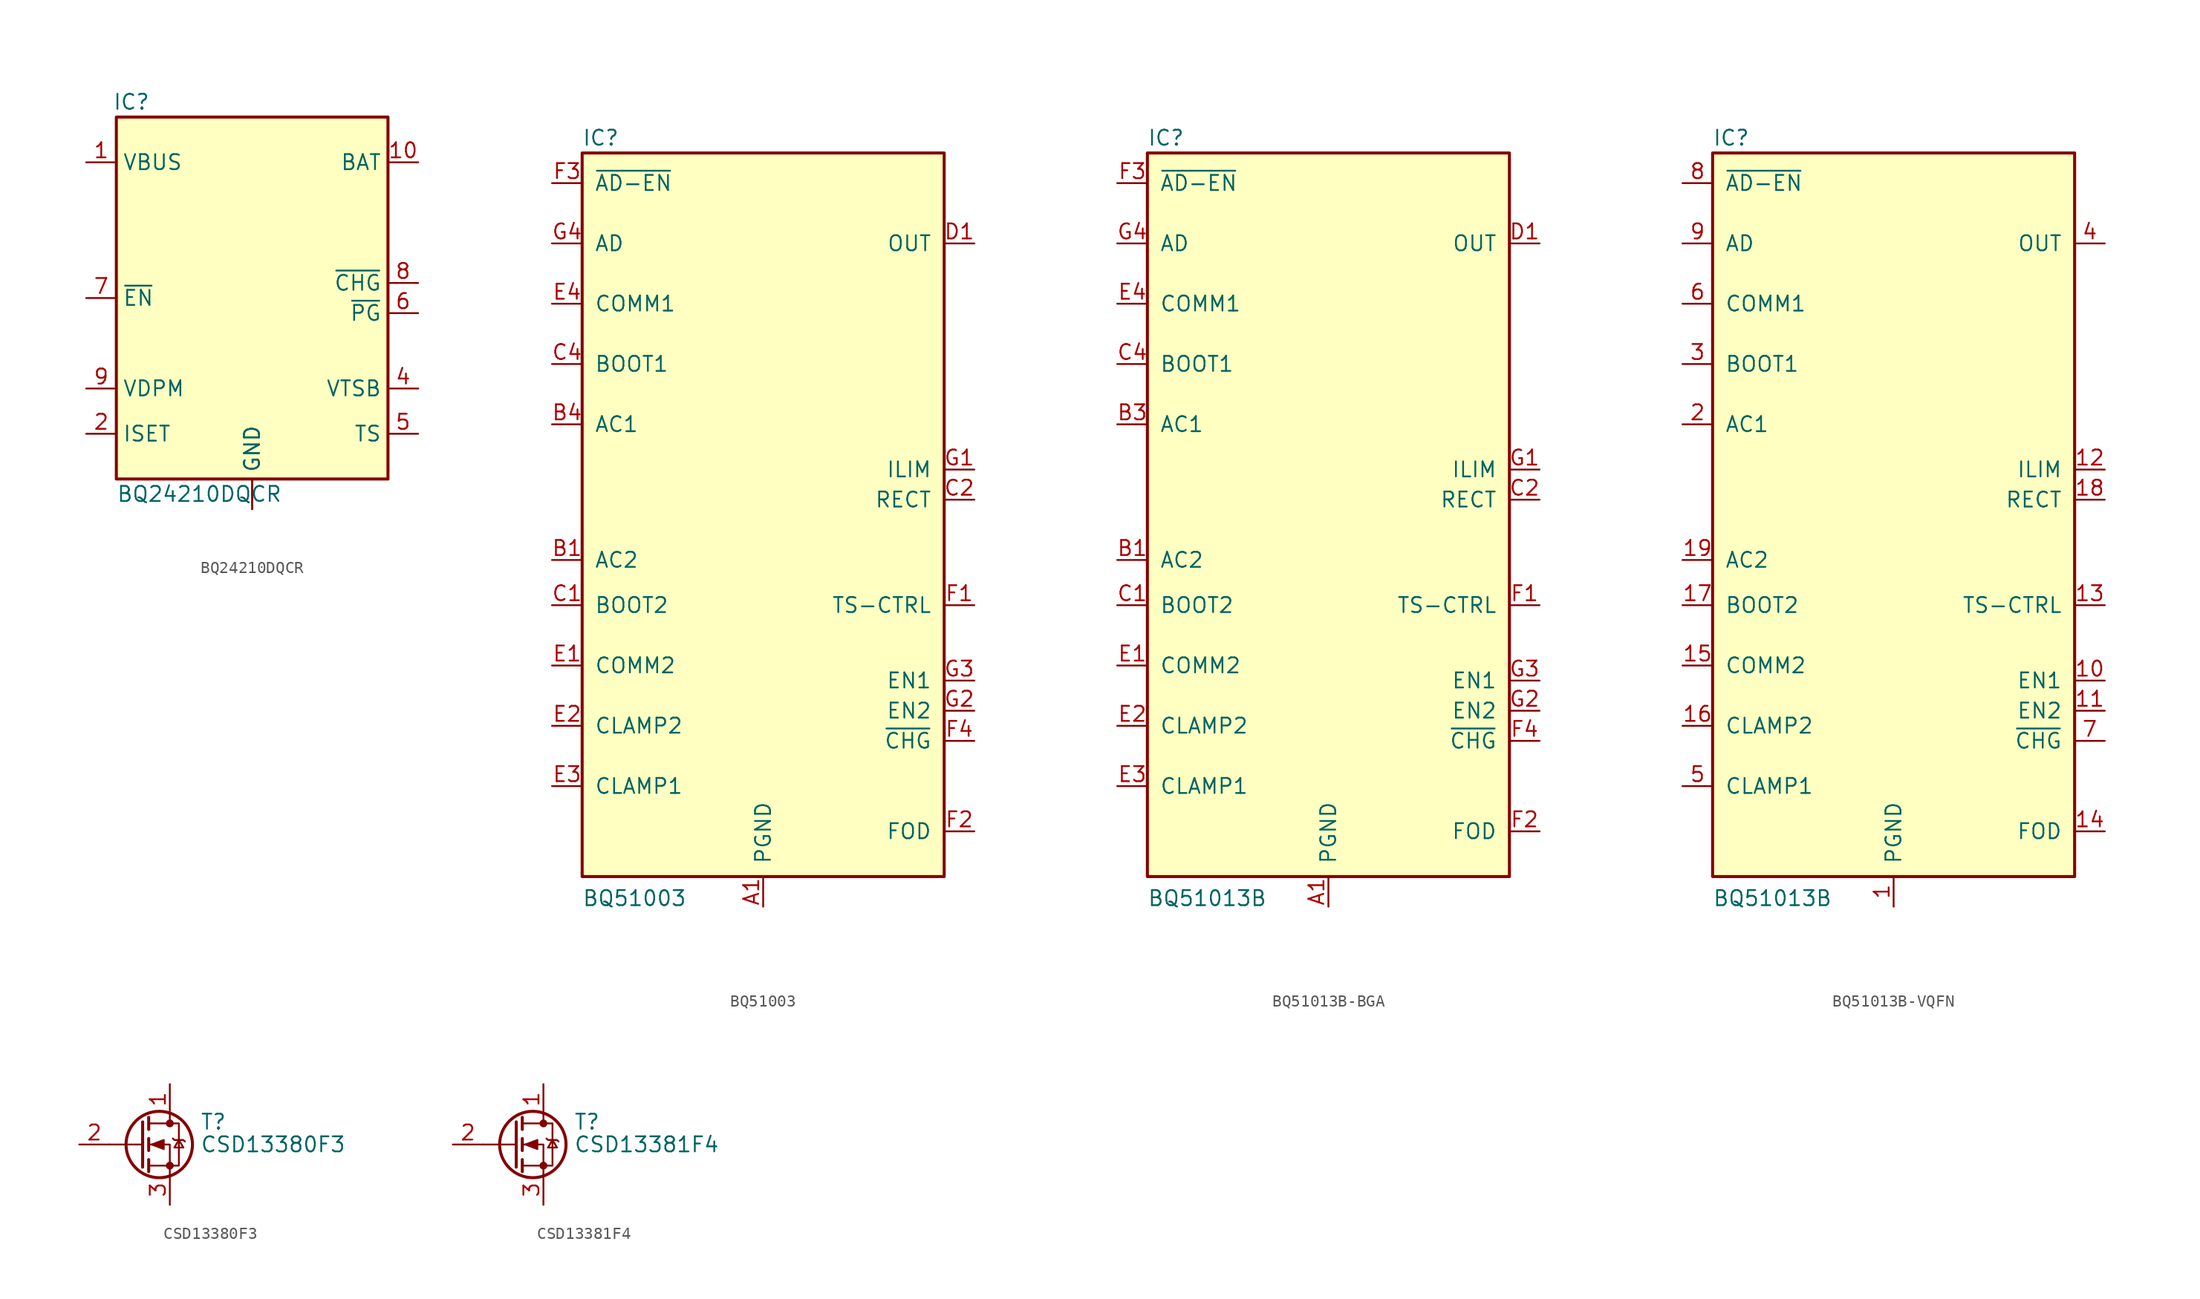
<source format=kicad_sym>
(kicad_symbol_lib
  (version 20241209)
  (generator "kicad_symbol_editor")
  (generator_version "9.0")
  (symbol "BQ24210DQCR"
    (property "Reference" "IC"
      (at -10.16 16.51 0)
      (effects (font (size 1.27 1.27))))
    (property "Value" "BQ24210DQCR"
      (at -4.445 -16.51 0)
      (effects (font (size 1.27 1.27))))
    (symbol "BQ24210DQCR_1_0"
      (rectangle (start -11.43 15.24) (end 11.43 -15.24) (stroke (width 0.254) (type default)) (fill (type background)))
      (pin power_in line (at -13.97 11.43 0) (length 2.54) (name "VBUS" (effects (font (size 1.27 1.27)))) (number "1" (effects (font (size 1.27 1.27)))))
      (pin input line (at -13.97 0 0) (length 2.54) (name "~{EN}" (effects (font (size 1.27 1.27)))) (number "7" (effects (font (size 1.27 1.27)))))
      (pin input line (at -13.97 -7.62 0) (length 2.54) (name "VDPM" (effects (font (size 1.27 1.27)))) (number "9" (effects (font (size 1.27 1.27)))))
      (pin input line (at -13.97 -11.43 0) (length 2.54) (name "ISET" (effects (font (size 1.27 1.27)))) (number "2" (effects (font (size 1.27 1.27)))))
      (pin power_in line (at 0 -17.78 90) (length 2.54) (name "GND" (effects (font (size 1.27 1.27)))) (number "3" (effects (font (size 0 0)))))
      (pin power_in line (at 0 -17.78 90) (length 2.54) (name "GND" (effects (font (size 1.27 1.27)))) (number "THERMAL" (effects (font (size 0 0)))))
      (pin output line (at 13.97 11.43 180) (length 2.54) (name "BAT" (effects (font (size 1.27 1.27)))) (number "10" (effects (font (size 1.27 1.27)))))
      (pin open_collector line (at 13.97 1.27 180) (length 2.54) (name "~{CHG}" (effects (font (size 1.27 1.27)))) (number "8" (effects (font (size 1.27 1.27)))))
      (pin open_collector line (at 13.97 -1.27 180) (length 2.54) (name "~{PG}" (effects (font (size 1.27 1.27)))) (number "6" (effects (font (size 1.27 1.27)))))
      (pin output line (at 13.97 -7.62 180) (length 2.54) (name "VTSB" (effects (font (size 1.27 1.27)))) (number "4" (effects (font (size 1.27 1.27)))))
      (pin input line (at 13.97 -11.43 180) (length 2.54) (name "TS" (effects (font (size 1.27 1.27)))) (number "5" (effects (font (size 1.27 1.27)))))))
  (symbol "BQ51003"
    (pin_names
      (offset 1.016))
    (property "Reference" "IC"
      (at -15.254 31.008 0)
      (effects (font (size 1.27 1.27)) (justify left bottom)))
    (property "Value" "BQ51003"
      (at -15.26 -33.053 0)
      (effects (font (size 1.27 1.27)) (justify left bottom)))
    (symbol "BQ51003_0_0"
      (rectangle (start -15.24 30.48) (end 15.24 -30.48) (stroke (width 0.254) (type default)) (fill (type background)))
      (pin input line (at -17.78 22.86 0) (length 2.54) (name "AD" (effects (font (size 1.27 1.27)))) (number "G4" (effects (font (size 1.27 1.27)))))
      (pin output line (at -17.78 17.78 0) (length 2.54) (name "COMM1" (effects (font (size 1.27 1.27)))) (number "E4" (effects (font (size 1.27 1.27)))))
      (pin output line (at -17.78 12.7 0) (length 2.54) (name "BOOT1" (effects (font (size 1.27 1.27)))) (number "C4" (effects (font (size 1.27 1.27)))))
      (pin output line (at -17.78 -7.62 0) (length 2.54) (name "BOOT2" (effects (font (size 1.27 1.27)))) (number "C1" (effects (font (size 1.27 1.27)))))
      (pin output line (at -17.78 -12.7 0) (length 2.54) (name "COMM2" (effects (font (size 1.27 1.27)))) (number "E1" (effects (font (size 1.27 1.27)))))
      (pin output line (at -17.78 -17.78 0) (length 2.54) (name "CLAMP2" (effects (font (size 1.27 1.27)))) (number "E2" (effects (font (size 1.27 1.27)))))
      (pin output line (at -17.78 -22.86 0) (length 2.54) (name "CLAMP1" (effects (font (size 1.27 1.27)))) (number "E3" (effects (font (size 1.27 1.27)))))
      (pin passive line (at 0 -33.02 90) (length 2.54) (hide yes) (name "PGND" (effects (font (size 1.27 1.27)))) (number "A2" (effects (font (size 1.27 1.27)))))
      (pin passive line (at 0 -33.02 90) (length 2.54) (hide yes) (name "PGND" (effects (font (size 1.27 1.27)))) (number "A3" (effects (font (size 1.27 1.27)))))
      (pin bidirectional line (at 17.78 3.81 180) (length 2.54) (name "ILIM" (effects (font (size 1.27 1.27)))) (number "G1" (effects (font (size 1.27 1.27)))))
      (pin input line (at 17.78 -7.62 180) (length 2.54) (name "TS-CTRL" (effects (font (size 1.27 1.27)))) (number "F1" (effects (font (size 1.27 1.27)))))
      (pin input line (at 17.78 -13.97 180) (length 2.54) (name "EN1" (effects (font (size 1.27 1.27)))) (number "G3" (effects (font (size 1.27 1.27)))))
      (pin input line (at 17.78 -16.51 180) (length 2.54) (name "EN2" (effects (font (size 1.27 1.27)))) (number "G2" (effects (font (size 1.27 1.27)))))
      (pin output line (at 17.78 -19.05 180) (length 2.54) (name "~{CHG}" (effects (font (size 1.27 1.27)))) (number "F4" (effects (font (size 1.27 1.27)))))
      (pin input line (at 17.78 -26.67 180) (length 2.54) (name "FOD" (effects (font (size 1.27 1.27)))) (number "F2" (effects (font (size 1.27 1.27))))))
    (symbol "BQ51003_1_0"
      (pin output line (at -17.78 27.94 0) (length 2.54) (name "~{AD-EN}" (effects (font (size 1.27 1.27)))) (number "F3" (effects (font (size 1.27 1.27)))))
      (pin input line (at -17.78 7.62 0) (length 2.54) (hide yes) (name "AC1" (effects (font (size 1.27 1.27)))) (number "B3" (effects (font (size 1.27 1.27)))))
      (pin input line (at -17.78 7.62 0) (length 2.54) (name "AC1" (effects (font (size 1.27 1.27)))) (number "B4" (effects (font (size 1.27 1.27)))))
      (pin input line (at -17.78 -3.81 0) (length 2.54) (name "AC2" (effects (font (size 1.27 1.27)))) (number "B1" (effects (font (size 1.27 1.27)))))
      (pin input line (at -17.78 -3.81 0) (length 2.54) (hide yes) (name "AC2" (effects (font (size 1.27 1.27)))) (number "B2" (effects (font (size 1.27 1.27)))))
      (pin passive line (at 0 -33.02 90) (length 2.54) (name "PGND" (effects (font (size 1.27 1.27)))) (number "A1" (effects (font (size 1.27 1.27)))))
      (pin passive line (at 0 -33.02 90) (length 2.54) (hide yes) (name "PGND" (effects (font (size 1.27 1.27)))) (number "A4" (effects (font (size 1.27 1.27)))))
      (pin power_out line (at 17.78 22.86 180) (length 2.54) (name "OUT" (effects (font (size 1.27 1.27)))) (number "D1" (effects (font (size 1.27 1.27)))))
      (pin power_out line (at 17.78 22.86 180) (length 2.54) (hide yes) (name "OUT" (effects (font (size 1.27 1.27)))) (number "D2" (effects (font (size 1.27 1.27)))))
      (pin power_out line (at 17.78 22.86 180) (length 2.54) (hide yes) (name "OUT" (effects (font (size 1.27 1.27)))) (number "D3" (effects (font (size 1.27 1.27)))))
      (pin power_out line (at 17.78 22.86 180) (length 2.54) (hide yes) (name "OUT" (effects (font (size 1.27 1.27)))) (number "D4" (effects (font (size 1.27 1.27)))))
      (pin output line (at 17.78 1.27 180) (length 2.54) (name "RECT" (effects (font (size 1.27 1.27)))) (number "C2" (effects (font (size 1.27 1.27)))))
      (pin output line (at 17.78 1.27 180) (length 2.54) (hide yes) (name "RECT" (effects (font (size 1.27 1.27)))) (number "C3" (effects (font (size 1.27 1.27)))))))
  (symbol "BQ51013B-BGA"
    (pin_names
      (offset 1.016))
    (property "Reference" "IC"
      (at -15.254 31.008 0)
      (effects (font (size 1.27 1.27)) (justify left bottom)))
    (property "Value" "BQ51013B"
      (at -15.26 -33.053 0)
      (effects (font (size 1.27 1.27)) (justify left bottom)))
    (symbol "BQ51013B-BGA_0_0"
      (rectangle (start -15.24 30.48) (end 15.24 -30.48) (stroke (width 0.254) (type default)) (fill (type background))))
    (symbol "BQ51013B-BGA_1_0"
      (pin output line (at -17.78 27.94 0) (length 2.54) (name "~{AD-EN}" (effects (font (size 1.27 1.27)))) (number "F3" (effects (font (size 1.27 1.27)))))
      (pin input line (at -17.78 22.86 0) (length 2.54) (name "AD" (effects (font (size 1.27 1.27)))) (number "G4" (effects (font (size 1.27 1.27)))))
      (pin output line (at -17.78 17.78 0) (length 2.54) (name "COMM1" (effects (font (size 1.27 1.27)))) (number "E4" (effects (font (size 1.27 1.27)))))
      (pin output line (at -17.78 12.7 0) (length 2.54) (name "BOOT1" (effects (font (size 1.27 1.27)))) (number "C4" (effects (font (size 1.27 1.27)))))
      (pin input line (at -17.78 7.62 0) (length 2.54) (name "AC1" (effects (font (size 1.27 1.27)))) (number "B3" (effects (font (size 1.27 1.27)))))
      (pin input line (at -17.78 7.62 0) (length 2.54) (hide yes) (name "AC1" (effects (font (size 1.27 1.27)))) (number "B4" (effects (font (size 1.27 1.27)))))
      (pin input line (at -17.78 -3.81 0) (length 2.54) (name "AC2" (effects (font (size 1.27 1.27)))) (number "B1" (effects (font (size 1.27 1.27)))))
      (pin input line (at -17.78 -3.81 0) (length 2.54) (hide yes) (name "AC2" (effects (font (size 1.27 1.27)))) (number "B2" (effects (font (size 1.27 1.27)))))
      (pin output line (at -17.78 -7.62 0) (length 2.54) (name "BOOT2" (effects (font (size 1.27 1.27)))) (number "C1" (effects (font (size 1.27 1.27)))))
      (pin output line (at -17.78 -12.7 0) (length 2.54) (name "COMM2" (effects (font (size 1.27 1.27)))) (number "E1" (effects (font (size 1.27 1.27)))))
      (pin output line (at -17.78 -17.78 0) (length 2.54) (name "CLAMP2" (effects (font (size 1.27 1.27)))) (number "E2" (effects (font (size 1.27 1.27)))))
      (pin output line (at -17.78 -22.86 0) (length 2.54) (name "CLAMP1" (effects (font (size 1.27 1.27)))) (number "E3" (effects (font (size 1.27 1.27)))))
      (pin passive line (at 0 -33.02 90) (length 2.54) (name "PGND" (effects (font (size 1.27 1.27)))) (number "A1" (effects (font (size 1.27 1.27)))))
      (pin passive line (at 0 -33.02 90) (length 2.54) (hide yes) (name "PAD" (effects (font (size 1.27 1.27)))) (number "A2" (effects (font (size 1.27 1.27)))))
      (pin passive line (at 0 -33.02 90) (length 2.54) (hide yes) (name "PGND" (effects (font (size 1.27 1.27)))) (number "A3" (effects (font (size 1.27 1.27)))))
      (pin passive line (at 0 -33.02 90) (length 2.54) (hide yes) (name "PGND" (effects (font (size 1.27 1.27)))) (number "A4" (effects (font (size 1.27 1.27)))))
      (pin power_out line (at 17.78 22.86 180) (length 2.54) (name "OUT" (effects (font (size 1.27 1.27)))) (number "D1" (effects (font (size 1.27 1.27)))))
      (pin power_out line (at 17.78 22.86 180) (length 2.54) (hide yes) (name "OUT" (effects (font (size 1.27 1.27)))) (number "D2" (effects (font (size 1.27 1.27)))))
      (pin power_out line (at 17.78 22.86 180) (length 2.54) (hide yes) (name "OUT" (effects (font (size 1.27 1.27)))) (number "D3" (effects (font (size 1.27 1.27)))))
      (pin power_out line (at 17.78 22.86 180) (length 2.54) (hide yes) (name "OUT" (effects (font (size 1.27 1.27)))) (number "D4" (effects (font (size 1.27 1.27)))))
      (pin bidirectional line (at 17.78 3.81 180) (length 2.54) (name "ILIM" (effects (font (size 1.27 1.27)))) (number "G1" (effects (font (size 1.27 1.27)))))
      (pin output line (at 17.78 1.27 180) (length 2.54) (name "RECT" (effects (font (size 1.27 1.27)))) (number "C2" (effects (font (size 1.27 1.27)))))
      (pin output line (at 17.78 1.27 180) (length 2.54) (hide yes) (name "RECT" (effects (font (size 1.27 1.27)))) (number "C3" (effects (font (size 1.27 1.27)))))
      (pin input line (at 17.78 -7.62 180) (length 2.54) (name "TS-CTRL" (effects (font (size 1.27 1.27)))) (number "F1" (effects (font (size 1.27 1.27)))))
      (pin input line (at 17.78 -13.97 180) (length 2.54) (name "EN1" (effects (font (size 1.27 1.27)))) (number "G3" (effects (font (size 1.27 1.27)))))
      (pin input line (at 17.78 -16.51 180) (length 2.54) (name "EN2" (effects (font (size 1.27 1.27)))) (number "G2" (effects (font (size 1.27 1.27)))))
      (pin output line (at 17.78 -19.05 180) (length 2.54) (name "~{CHG}" (effects (font (size 1.27 1.27)))) (number "F4" (effects (font (size 1.27 1.27)))))
      (pin input line (at 17.78 -26.67 180) (length 2.54) (name "FOD" (effects (font (size 1.27 1.27)))) (number "F2" (effects (font (size 1.27 1.27)))))))
  (symbol "BQ51013B-VQFN"
    (pin_names
      (offset 1.016))
    (property "Reference" "IC"
      (at -15.254 31.008 0)
      (effects (font (size 1.27 1.27)) (justify left bottom)))
    (property "Value" "BQ51013B"
      (at -15.26 -33.053 0)
      (effects (font (size 1.27 1.27)) (justify left bottom)))
    (symbol "BQ51013B-VQFN_0_0"
      (rectangle (start -15.24 30.48) (end 15.24 -30.48) (stroke (width 0.254) (type default)) (fill (type background))))
    (symbol "BQ51013B-VQFN_1_0"
      (pin output line (at -17.78 27.94 0) (length 2.54) (name "~{AD-EN}" (effects (font (size 1.27 1.27)))) (number "8" (effects (font (size 1.27 1.27)))))
      (pin input line (at -17.78 22.86 0) (length 2.54) (name "AD" (effects (font (size 1.27 1.27)))) (number "9" (effects (font (size 1.27 1.27)))))
      (pin output line (at -17.78 17.78 0) (length 2.54) (name "COMM1" (effects (font (size 1.27 1.27)))) (number "6" (effects (font (size 1.27 1.27)))))
      (pin output line (at -17.78 12.7 0) (length 2.54) (name "BOOT1" (effects (font (size 1.27 1.27)))) (number "3" (effects (font (size 1.27 1.27)))))
      (pin input line (at -17.78 7.62 0) (length 2.54) (name "AC1" (effects (font (size 1.27 1.27)))) (number "2" (effects (font (size 1.27 1.27)))))
      (pin input line (at -17.78 -3.81 0) (length 2.54) (name "AC2" (effects (font (size 1.27 1.27)))) (number "19" (effects (font (size 1.27 1.27)))))
      (pin output line (at -17.78 -7.62 0) (length 2.54) (name "BOOT2" (effects (font (size 1.27 1.27)))) (number "17" (effects (font (size 1.27 1.27)))))
      (pin output line (at -17.78 -12.7 0) (length 2.54) (name "COMM2" (effects (font (size 1.27 1.27)))) (number "15" (effects (font (size 1.27 1.27)))))
      (pin output line (at -17.78 -17.78 0) (length 2.54) (name "CLAMP2" (effects (font (size 1.27 1.27)))) (number "16" (effects (font (size 1.27 1.27)))))
      (pin output line (at -17.78 -22.86 0) (length 2.54) (name "CLAMP1" (effects (font (size 1.27 1.27)))) (number "5" (effects (font (size 1.27 1.27)))))
      (pin passive line (at 0 -33.02 90) (length 2.54) (name "PGND" (effects (font (size 1.27 1.27)))) (number "1" (effects (font (size 1.27 1.27)))))
      (pin passive line (at 0 -33.02 90) (length 2.54) (hide yes) (name "PGND" (effects (font (size 1.27 1.27)))) (number "20" (effects (font (size 1.27 1.27)))))
      (pin passive line (at 0 -33.02 90) (length 2.54) (hide yes) (name "PAD" (effects (font (size 1.27 1.27)))) (number "21" (effects (font (size 1.27 1.27)))))
      (pin power_out line (at 17.78 22.86 180) (length 2.54) (name "OUT" (effects (font (size 1.27 1.27)))) (number "4" (effects (font (size 1.27 1.27)))))
      (pin bidirectional line (at 17.78 3.81 180) (length 2.54) (name "ILIM" (effects (font (size 1.27 1.27)))) (number "12" (effects (font (size 1.27 1.27)))))
      (pin output line (at 17.78 1.27 180) (length 2.54) (name "RECT" (effects (font (size 1.27 1.27)))) (number "18" (effects (font (size 1.27 1.27)))))
      (pin input line (at 17.78 -7.62 180) (length 2.54) (name "TS-CTRL" (effects (font (size 1.27 1.27)))) (number "13" (effects (font (size 1.27 1.27)))))
      (pin input line (at 17.78 -13.97 180) (length 2.54) (name "EN1" (effects (font (size 1.27 1.27)))) (number "10" (effects (font (size 1.27 1.27)))))
      (pin input line (at 17.78 -16.51 180) (length 2.54) (name "EN2" (effects (font (size 1.27 1.27)))) (number "11" (effects (font (size 1.27 1.27)))))
      (pin output line (at 17.78 -19.05 180) (length 2.54) (name "~{CHG}" (effects (font (size 1.27 1.27)))) (number "7" (effects (font (size 1.27 1.27)))))
      (pin input line (at 17.78 -26.67 180) (length 2.54) (name "FOD" (effects (font (size 1.27 1.27)))) (number "14" (effects (font (size 1.27 1.27)))))))
  (symbol "CSD13380F3"
    (pin_names
      (hide yes))
    (property "Reference" "T"
      (at 5.08 1.905 0)
      (effects (font (size 1.27 1.27)) (justify left)))
    (property "Value" "CSD13380F3"
      (at 5.08 0 0)
      (effects (font (size 1.27 1.27)) (justify left)))
    (symbol "CSD13380F3_0_1"
      (polyline (pts (xy 0.254 1.905) (xy 0.254 -1.905)) (stroke (width 0.254) (type solid)) (fill (type none)))
      (polyline (pts (xy 0.254 0) (xy -2.54 0)) (stroke (width 0) (type solid)) (fill (type none)))
      (polyline (pts (xy 0.762 2.286) (xy 0.762 1.27)) (stroke (width 0.254) (type solid)) (fill (type none)))
      (polyline (pts (xy 0.762 0.508) (xy 0.762 -0.508)) (stroke (width 0.254) (type solid)) (fill (type none)))
      (polyline (pts (xy 0.762 -1.27) (xy 0.762 -2.286)) (stroke (width 0.254) (type solid)) (fill (type none)))
      (polyline (pts (xy 0.762 -1.778) (xy 3.302 -1.778) (xy 3.302 1.778) (xy 0.762 1.778)) (stroke (width 0) (type solid)) (fill (type none)))
      (polyline (pts (xy 1.016 0) (xy 2.032 0.381) (xy 2.032 -0.381) (xy 1.016 0)) (stroke (width 0) (type solid)) (fill (type outline)))
      (circle (center 1.651 0) (radius 2.794) (stroke (width 0.254) (type solid)) (fill (type none)))
      (polyline (pts (xy 2.54 2.54) (xy 2.54 1.778)) (stroke (width 0) (type solid)) (fill (type none)))
      (circle (center 2.54 1.778) (radius 0.254) (stroke (width 0) (type solid)) (fill (type outline)))
      (circle (center 2.54 -1.778) (radius 0.254) (stroke (width 0) (type solid)) (fill (type outline)))
      (polyline (pts (xy 2.54 -2.54) (xy 2.54 0) (xy 0.762 0)) (stroke (width 0) (type solid)) (fill (type none)))
      (polyline (pts (xy 2.794 0.508) (xy 2.921 0.381) (xy 3.683 0.381) (xy 3.81 0.254)) (stroke (width 0) (type solid)) (fill (type none)))
      (polyline (pts (xy 3.302 0.381) (xy 2.921 -0.254) (xy 3.683 -0.254) (xy 3.302 0.381)) (stroke (width 0) (type solid)) (fill (type none))))
    (symbol "CSD13380F3_1_1"
      (pin passive line (at -5.08 0 0) (length 2.54) (name "G" (effects (font (size 1.27 1.27)))) (number "2" (effects (font (size 1.27 1.27)))))
      (pin passive line (at 2.54 5.08 270) (length 2.54) (name "D" (effects (font (size 1.27 1.27)))) (number "1" (effects (font (size 1.27 1.27)))))
      (pin passive line (at 2.54 -5.08 90) (length 2.54) (name "S" (effects (font (size 1.27 1.27)))) (number "3" (effects (font (size 1.27 1.27)))))))
  (symbol "CSD13381F4"
    (pin_names
      (hide yes))
    (property "Reference" "T"
      (at 5.08 1.905 0)
      (effects (font (size 1.27 1.27)) (justify left)))
    (property "Value" "CSD13381F4"
      (at 5.08 0 0)
      (effects (font (size 1.27 1.27)) (justify left)))
    (symbol "CSD13381F4_0_1"
      (polyline (pts (xy 0.254 1.905) (xy 0.254 -1.905)) (stroke (width 0.254) (type solid)) (fill (type none)))
      (polyline (pts (xy 0.254 0) (xy -2.54 0)) (stroke (width 0) (type solid)) (fill (type none)))
      (polyline (pts (xy 0.762 2.286) (xy 0.762 1.27)) (stroke (width 0.254) (type solid)) (fill (type none)))
      (polyline (pts (xy 0.762 0.508) (xy 0.762 -0.508)) (stroke (width 0.254) (type solid)) (fill (type none)))
      (polyline (pts (xy 0.762 -1.27) (xy 0.762 -2.286)) (stroke (width 0.254) (type solid)) (fill (type none)))
      (polyline (pts (xy 0.762 -1.778) (xy 3.302 -1.778) (xy 3.302 1.778) (xy 0.762 1.778)) (stroke (width 0) (type solid)) (fill (type none)))
      (polyline (pts (xy 1.016 0) (xy 2.032 0.381) (xy 2.032 -0.381) (xy 1.016 0)) (stroke (width 0) (type solid)) (fill (type outline)))
      (circle (center 1.651 0) (radius 2.794) (stroke (width 0.254) (type solid)) (fill (type none)))
      (polyline (pts (xy 2.54 2.54) (xy 2.54 1.778)) (stroke (width 0) (type solid)) (fill (type none)))
      (circle (center 2.54 1.778) (radius 0.254) (stroke (width 0) (type solid)) (fill (type outline)))
      (circle (center 2.54 -1.778) (radius 0.254) (stroke (width 0) (type solid)) (fill (type outline)))
      (polyline (pts (xy 2.54 -2.54) (xy 2.54 0) (xy 0.762 0)) (stroke (width 0) (type solid)) (fill (type none)))
      (polyline (pts (xy 2.794 0.508) (xy 2.921 0.381) (xy 3.683 0.381) (xy 3.81 0.254)) (stroke (width 0) (type solid)) (fill (type none)))
      (polyline (pts (xy 3.302 0.381) (xy 2.921 -0.254) (xy 3.683 -0.254) (xy 3.302 0.381)) (stroke (width 0) (type solid)) (fill (type none))))
    (symbol "CSD13381F4_1_1"
      (pin passive line (at -5.08 0 0) (length 2.54) (name "G" (effects (font (size 1.27 1.27)))) (number "2" (effects (font (size 1.27 1.27)))))
      (pin passive line (at 2.54 5.08 270) (length 2.54) (name "D" (effects (font (size 1.27 1.27)))) (number "1" (effects (font (size 1.27 1.27)))))
      (pin passive line (at 2.54 -5.08 90) (length 2.54) (name "S" (effects (font (size 1.27 1.27)))) (number "3" (effects (font (size 1.27 1.27))))))))
</source>
